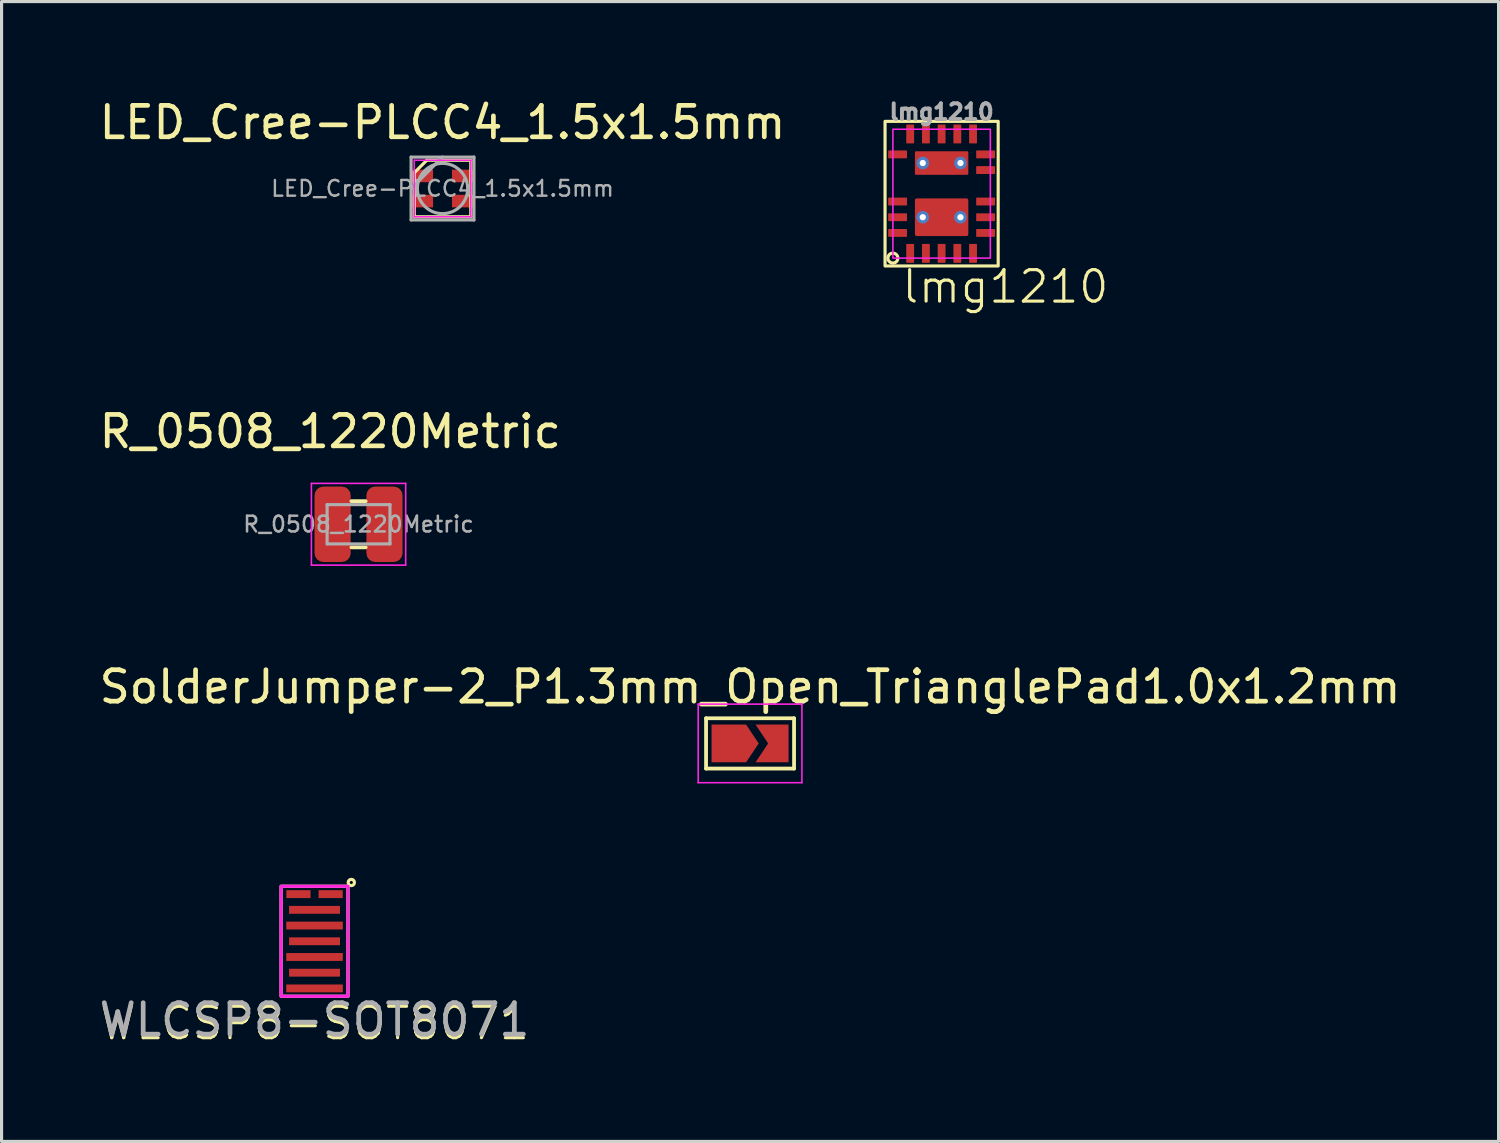
<source format=kicad_pcb>
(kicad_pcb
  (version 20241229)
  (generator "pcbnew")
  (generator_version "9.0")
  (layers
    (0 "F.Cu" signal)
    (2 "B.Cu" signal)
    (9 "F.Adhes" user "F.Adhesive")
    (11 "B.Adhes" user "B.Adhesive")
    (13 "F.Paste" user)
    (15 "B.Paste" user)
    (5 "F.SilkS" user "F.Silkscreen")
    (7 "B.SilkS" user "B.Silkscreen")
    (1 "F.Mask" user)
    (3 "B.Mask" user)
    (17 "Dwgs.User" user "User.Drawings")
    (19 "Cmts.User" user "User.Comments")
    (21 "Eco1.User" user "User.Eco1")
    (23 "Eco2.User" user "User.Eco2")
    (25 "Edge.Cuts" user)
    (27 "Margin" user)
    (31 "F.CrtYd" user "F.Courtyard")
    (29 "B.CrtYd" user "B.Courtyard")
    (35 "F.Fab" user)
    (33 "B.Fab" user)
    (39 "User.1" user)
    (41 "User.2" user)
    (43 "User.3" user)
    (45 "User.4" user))
  (footprint "WLCSP8-SOT8071"
    (layer "F.Cu")
    (at 6.958 26.899)
    (property "Reference" "WLCSP8-SOT8071" (at 0 2.61 0) (unlocked yes) (layer "F.SilkS") (effects (font (size 1 1) (thickness 0.1))))
    (attr smd)
    (fp_rect (start -1.065 -1.75) (end 1.065 1.75) (stroke (width 0.1) (type default)) (fill no) (layer "F.SilkS"))
    (fp_circle (center 1.17 -1.87) (end 1.27 -1.87) (stroke (width 0.1) (type default)) (fill no) (layer "F.SilkS"))
    (fp_rect (start -1.065 -1.75) (end 1.065 1.75) (stroke (width 0.1) (type default)) (fill no) (layer "F.CrtYd"))
    (fp_text user "${REFERENCE}" (at 0 2.5 0) (unlocked yes) (layer "F.Fab") (effects (font (size 1 1) (thickness 0.15))))
    (pad "1" smd rect (at 0.512 -1.5) (size 0.77 0.25) (layers "F.Cu" "F.Mask" "F.Paste"))
    (pad "2" smd rect (at -0.512 -1.5) (size 0.77 0.25) (layers "F.Cu" "F.Mask" "F.Paste"))
    (pad "3" smd rect (at 0 -1) (size 1.62 0.25) (layers "F.Cu" "F.Mask" "F.Paste"))
    (pad "4" smd rect (at 0 -0.5) (size 1.8 0.25) (layers "F.Cu" "F.Mask" "F.Paste"))
    (pad "5" smd rect (at 0 0) (size 1.62 0.25) (layers "F.Cu" "F.Mask" "F.Paste"))
    (pad "6" smd rect (at 0 0.5) (size 1.8 0.25) (layers "F.Cu" "F.Mask" "F.Paste"))
    (pad "7" smd rect (at 0 1) (size 1.62 0.25) (layers "F.Cu" "F.Mask" "F.Paste"))
    (pad "8" smd rect (at 0 1.5) (size 1.8 0.25) (layers "F.Cu" "F.Mask" "F.Paste")))
  (footprint "LED_Cree-PLCC4_1.5x1.5mm"
    (layer "F.Cu")
    (at 11.03 2.948)
    (property "Reference" "LED_Cree-PLCC4_1.5x1.5mm" (at 0 -2.1 0) (layer "F.SilkS") (effects (font (size 1 1) (thickness 0.15))))
    (attr smd)
    (fp_line (start -0.9 -0.5) (end -0.9 0.9) (stroke (width 0.1) (type default)) (layer "F.SilkS"))
    (fp_line (start -0.9 -0.5) (end -0.5 -0.9) (stroke (width 0.1) (type default)) (layer "F.SilkS"))
    (fp_line (start -0.9 0.9) (end 0.9 0.9) (stroke (width 0.1) (type default)) (layer "F.SilkS"))
    (fp_line (start -0.5 -0.9) (end 0.9 -0.9) (stroke (width 0.1) (type default)) (layer "F.SilkS"))
    (fp_line (start 0.9 -0.9) (end 0.9 0.9) (stroke (width 0.1) (type default)) (layer "F.SilkS"))
    (fp_line (start -0.9 -0.9) (end -0.9 0.9) (stroke (width 0.05) (type solid)) (layer "F.CrtYd"))
    (fp_line (start -0.9 0.9) (end 0.9 0.9) (stroke (width 0.05) (type solid)) (layer "F.CrtYd"))
    (fp_line (start 0.9 -0.9) (end -0.9 -0.9) (stroke (width 0.05) (type solid)) (layer "F.CrtYd"))
    (fp_line (start 0.9 0.9) (end 0.9 -0.9) (stroke (width 0.05) (type solid)) (layer "F.CrtYd"))
    (fp_line (start -1 -1) (end -1 1) (stroke (width 0.1) (type solid)) (layer "F.Fab"))
    (fp_line (start -1 1) (end 1 1) (stroke (width 0.1) (type solid)) (layer "F.Fab"))
    (fp_line (start 0 -1) (end -1 0) (stroke (width 0.1) (type solid)) (layer "F.Fab"))
    (fp_line (start 1 -1) (end -1 -1) (stroke (width 0.1) (type solid)) (layer "F.Fab"))
    (fp_line (start 1 1) (end 1 -1) (stroke (width 0.1) (type solid)) (layer "F.Fab"))
    (fp_circle (center 0 0) (end 0.8 0) (stroke (width 0.1) (type solid)) (fill no) (layer "F.Fab"))
    (fp_text user "${REFERENCE}" (at 0 0 0) (layer "F.Fab") (effects (font (size 0.5 0.5) (thickness 0.075))))
    (pad "1" smd rect (at -0.65 -0.4) (size 0.7 0.4) (layers "F.Cu" "F.Mask" "F.Paste"))
    (pad "2" smd rect (at -0.65 0.4) (size 0.7 0.4) (layers "F.Cu" "F.Mask" "F.Paste"))
    (pad "3" smd rect (at 0.65 0.4) (size 0.7 0.4) (layers "F.Cu" "F.Mask" "F.Paste"))
    (pad "4" smd rect (at 0.65 -0.4) (size 0.7 0.4) (layers "F.Cu" "F.Mask" "F.Paste")))
  (footprint "SolderJumper-2_P1.3mm_Open_TrianglePad1.0x1.2mm"
    (layer "F.Cu")
    (at 20.815 20.604)
    (property "Reference" "SolderJumper-2_P1.3mm_Open_TrianglePad1.0x1.2mm" (at 0 -1.8 0) (layer "F.SilkS") (effects (font (size 1 1) (thickness 0.15))))
    (attr exclude_from_pos_files dnp)
    (fp_line (start -1.4 -0.8) (end 1.4 -0.8) (stroke (width 0.12) (type solid)) (layer "F.SilkS"))
    (fp_line (start -1.4 0.8) (end -1.4 -0.8) (stroke (width 0.12) (type solid)) (layer "F.SilkS"))
    (fp_line (start 1.4 -0.8) (end 1.4 0.8) (stroke (width 0.12) (type solid)) (layer "F.SilkS"))
    (fp_line (start 1.4 0.8) (end -1.4 0.8) (stroke (width 0.12) (type solid)) (layer "F.SilkS"))
    (fp_line (start -1.65 -1.25) (end -1.65 1.25) (stroke (width 0.05) (type solid)) (layer "F.CrtYd"))
    (fp_line (start -1.65 -1.25) (end 1.65 -1.25) (stroke (width 0.05) (type solid)) (layer "F.CrtYd"))
    (fp_line (start 1.65 1.25) (end -1.65 1.25) (stroke (width 0.05) (type solid)) (layer "F.CrtYd"))
    (fp_line (start 1.65 1.25) (end 1.65 -1.25) (stroke (width 0.05) (type solid)) (layer "F.CrtYd"))
    (pad "1" smd custom (at -0.725 0) (size 0.3 0.3) (layers "F.Cu" "F.Mask") (options (anchor rect)) (primitives (gr_poly (pts (xy 1 0) (xy 0.6 0.6) (xy -0.5 0.6) (xy -0.5 -0.6) (xy 0.6 -0.6)) (width 0) (fill yes))))
    (pad "2" smd custom (at 0.725 0) (size 0.3 0.3) (layers "F.Cu" "F.Mask") (options (anchor rect)) (primitives (gr_poly (pts (xy 0.5 0.6) (xy -0.55 0.6) (xy -0.15 0) (xy -0.55 -0.6) (xy 0.5 -0.6)) (width 0) (fill yes)))))
  (footprint "R_0508_1220Metric"
    (layer "F.Cu")
    (at 8.358 13.631)
    (property "Reference" "R_0508_1220Metric" (at -0.9 -2.95 0) (layer "F.SilkS") (effects (font (size 1 1) (thickness 0.15))))
    (attr smd)
    (fp_line (start -0.227 -0.735) (end 0.227 -0.735) (stroke (width 0.12) (type solid)) (layer "F.SilkS"))
    (fp_line (start -0.227 0.735) (end 0.227 0.735) (stroke (width 0.12) (type solid)) (layer "F.SilkS"))
    (fp_line (start -1.5 -1.3) (end 1.5 -1.3) (stroke (width 0.05) (type solid)) (layer "F.CrtYd"))
    (fp_line (start -1.5 1.3) (end -1.5 -1.3) (stroke (width 0.05) (type solid)) (layer "F.CrtYd"))
    (fp_line (start 1.5 -1.3) (end 1.5 1.3) (stroke (width 0.05) (type solid)) (layer "F.CrtYd"))
    (fp_line (start 1.5 1.3) (end -1.5 1.3) (stroke (width 0.05) (type solid)) (layer "F.CrtYd"))
    (fp_line (start -1 -0.625) (end 1 -0.625) (stroke (width 0.1) (type solid)) (layer "F.Fab"))
    (fp_line (start -1 0.625) (end -1 -0.625) (stroke (width 0.1) (type solid)) (layer "F.Fab"))
    (fp_line (start 1 -0.625) (end 1 0.625) (stroke (width 0.1) (type solid)) (layer "F.Fab"))
    (fp_line (start 1 0.625) (end -1 0.625) (stroke (width 0.1) (type solid)) (layer "F.Fab"))
    (fp_text user "${REFERENCE}" (at 0 0 0) (layer "F.Fab") (effects (font (size 0.5 0.5) (thickness 0.08))))
    (pad "1" smd roundrect (at -0.825 0 90) (size 2.4 1.15) (layers "F.Cu" "F.Mask" "F.Paste") (roundrect_rratio 0.244))
    (pad "2" smd roundrect (at 0.825 0 90) (size 2.4 1.15) (layers "F.Cu" "F.Mask" "F.Paste") (roundrect_rratio 0.244)))
  (footprint "lmg1210"
    (layer "F.Cu")
    (at 26.91 3.112)
    (property "Reference" "lmg1210" (at 2.03 2.96 0) (unlocked yes) (layer "F.SilkS") (effects (font (size 1 1) (thickness 0.1))))
    (attr smd)
    (fp_rect (start -1.8 -2.3) (end 1.8 2.3) (stroke (width 0.1) (type default)) (fill no) (layer "F.SilkS"))
    (fp_circle (center -1.55 2.05) (end -1.4 2.1) (stroke (width 0.1) (type default)) (fill no) (layer "F.SilkS"))
    (fp_rect (start -1.55 -2.05) (end 1.55 2.05) (stroke (width 0.05) (type default)) (fill no) (layer "F.CrtYd"))
    (fp_text user "${REFERENCE}" (at 0 -2.6 0) (unlocked yes) (layer "F.Fab") (effects (font (size 0.5 0.5) (thickness 0.125))))
    (pad "1" smd roundrect (at -1 1.9 180) (size 0.25 0.6) (layers "F.Cu" "F.Mask" "F.Paste") (roundrect_rratio 0.08))
    (pad "2" smd roundrect (at -0.5 1.9 180) (size 0.25 0.6) (layers "F.Cu" "F.Mask" "F.Paste") (roundrect_rratio 0.08))
    (pad "3" smd roundrect (at 0 1.9 180) (size 0.25 0.6) (layers "F.Cu" "F.Mask" "F.Paste") (roundrect_rratio 0.08))
    (pad "4" smd roundrect (at 0.5 1.9 180) (size 0.25 0.6) (layers "F.Cu" "F.Mask" "F.Paste") (roundrect_rratio 0.08))
    (pad "5" smd roundrect (at 1 1.9 180) (size 0.25 0.6) (layers "F.Cu" "F.Mask" "F.Paste") (roundrect_rratio 0.08))
    (pad "6" smd roundrect (at 1.4 1.25 90) (size 0.25 0.6) (layers "F.Cu" "F.Mask" "F.Paste") (roundrect_rratio 0.08))
    (pad "7" smd roundrect (at 1.4 0.75 90) (size 0.25 0.6) (layers "F.Cu" "F.Mask" "F.Paste") (roundrect_rratio 0.08))
    (pad "8" smd roundrect (at 1.4 0.25 90) (size 0.25 0.6) (layers "F.Cu" "F.Mask" "F.Paste") (roundrect_rratio 0.08))
    (pad "9" smd roundrect (at 1.4 -0.75 90) (size 0.25 0.6) (layers "F.Cu" "F.Mask" "F.Paste") (roundrect_rratio 0.08))
    (pad "10" smd roundrect (at 1.4 -1.25 90) (size 0.25 0.6) (layers "F.Cu" "F.Mask" "F.Paste") (roundrect_rratio 0.08))
    (pad "11" smd roundrect (at 1 -1.9 180) (size 0.25 0.6) (layers "F.Cu" "F.Mask" "F.Paste") (roundrect_rratio 0.08))
    (pad "12" smd roundrect (at 0.5 -1.9 180) (size 0.25 0.6) (layers "F.Cu" "F.Mask" "F.Paste") (roundrect_rratio 0.08))
    (pad "13" smd roundrect (at 0 -1.9 180) (size 0.25 0.6) (layers "F.Cu" "F.Mask" "F.Paste") (roundrect_rratio 0.08))
    (pad "14" smd roundrect (at -0.5 -1.9 180) (size 0.25 0.6) (layers "F.Cu" "F.Mask" "F.Paste") (roundrect_rratio 0.08))
    (pad "15" smd roundrect (at -1 -1.9 180) (size 0.25 0.6) (layers "F.Cu" "F.Mask" "F.Paste") (roundrect_rratio 0.08))
    (pad "16" smd roundrect (at -1.4 -1.25 90) (size 0.25 0.6) (layers "F.Cu" "F.Mask" "F.Paste") (roundrect_rratio 0.08))
    (pad "17" smd roundrect (at -1.4 0.25 90) (size 0.25 0.6) (layers "F.Cu" "F.Mask" "F.Paste") (roundrect_rratio 0.08))
    (pad "18" smd roundrect (at -1.4 0.75 90) (size 0.25 0.6) (layers "F.Cu" "F.Mask" "F.Paste") (roundrect_rratio 0.08))
    (pad "19" smd roundrect (at -1.4 1.25 90) (size 0.25 0.6) (layers "F.Cu" "F.Mask" "F.Paste") (roundrect_rratio 0.08))
    (pad "20" thru_hole circle (at -0.6 0.75 90) (size 0.4 0.4) (drill 0.2) (layers "*.Cu" "F.Mask"))
    (pad "20" smd roundrect (at 0 0.75 90) (size 1.2 1.7) (layers "F.Cu" "F.Mask" "F.Paste") (roundrect_rratio 0.05))
    (pad "20" thru_hole circle (at 0.6 0.75 90) (size 0.4 0.4) (drill 0.2) (layers "*.Cu" "F.Mask"))
    (pad "21" thru_hole circle (at -0.6 -0.975 90) (size 0.4 0.4) (drill 0.2) (layers "*.Cu" "F.Mask"))
    (pad "21" smd roundrect (at 0 -0.975 90) (size 0.75 1.7) (layers "F.Cu" "F.Mask" "F.Paste") (roundrect_rratio 0.05))
    (pad "21" thru_hole circle (at 0.6 -0.975 90) (size 0.4 0.4) (drill 0.2) (layers "*.Cu" "F.Mask")))
  (gr_rect
    (start -3 -3)
    (end 44.631 33.269)
    (stroke (width 0.1) (type default))
    (fill no)
    (layer "Edge.Cuts")))
</source>
